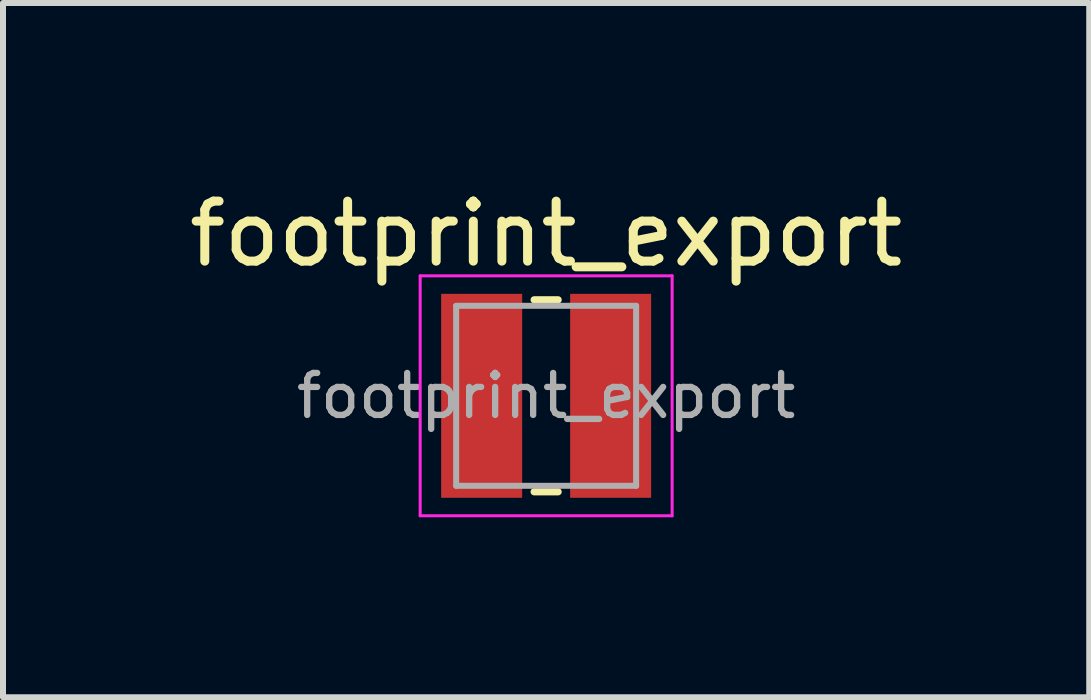
<source format=kicad_pcb>
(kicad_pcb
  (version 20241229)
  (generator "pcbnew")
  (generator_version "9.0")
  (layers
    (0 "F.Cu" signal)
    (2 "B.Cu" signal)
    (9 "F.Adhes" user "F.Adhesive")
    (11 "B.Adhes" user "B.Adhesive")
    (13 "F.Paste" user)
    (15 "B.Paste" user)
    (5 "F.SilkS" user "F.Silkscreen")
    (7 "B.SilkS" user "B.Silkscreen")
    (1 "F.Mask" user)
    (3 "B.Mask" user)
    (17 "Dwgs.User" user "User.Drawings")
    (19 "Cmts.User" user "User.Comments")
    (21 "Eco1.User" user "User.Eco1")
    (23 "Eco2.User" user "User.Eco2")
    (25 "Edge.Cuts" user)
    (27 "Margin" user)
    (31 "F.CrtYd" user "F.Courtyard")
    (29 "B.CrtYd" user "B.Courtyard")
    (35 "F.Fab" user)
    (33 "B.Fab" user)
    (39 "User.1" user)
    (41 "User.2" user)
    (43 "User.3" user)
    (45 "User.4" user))
  (footprint "footprint_export"
    (layer "F.Cu")
    (at 6.054 3.548)
    (property "Reference" "footprint_export" (at 0 -2.7 0) (layer "F.SilkS") (effects (font (size 1 1) (thickness 0.15))))
    (attr smd)
    (fp_line (start -0.2 -1.6) (end 0.2 -1.6) (stroke (width 0.12) (type solid)) (layer "F.SilkS"))
    (fp_line (start -0.2 1.6) (end 0.2 1.6) (stroke (width 0.12) (type solid)) (layer "F.SilkS"))
    (fp_line (start -2.1 -2) (end -2.1 2) (stroke (width 0.05) (type solid)) (layer "F.CrtYd"))
    (fp_line (start -2.1 2) (end 2.1 2) (stroke (width 0.05) (type solid)) (layer "F.CrtYd"))
    (fp_line (start 2.1 -2) (end -2.1 -2) (stroke (width 0.05) (type solid)) (layer "F.CrtYd"))
    (fp_line (start 2.1 2) (end 2.1 -2) (stroke (width 0.05) (type solid)) (layer "F.CrtYd"))
    (fp_line (start -1.5 -1.5) (end -1.5 1.5) (stroke (width 0.1) (type solid)) (layer "F.Fab"))
    (fp_line (start -1.5 1.5) (end 1.5 1.5) (stroke (width 0.1) (type solid)) (layer "F.Fab"))
    (fp_line (start 1.5 -1.5) (end -1.5 -1.5) (stroke (width 0.1) (type solid)) (layer "F.Fab"))
    (fp_line (start 1.5 1.5) (end 1.5 -1.5) (stroke (width 0.1) (type solid)) (layer "F.Fab"))
    (fp_text user "${REFERENCE}" (at 0 0 0) (layer "F.Fab") (effects (font (size 0.7 0.7) (thickness 0.105))))
    (pad "1" smd rect (at -1.075 0) (size 1.35 3.4) (layers "F.Cu" "F.Mask" "F.Paste"))
    (pad "2" smd rect (at 1.075 0) (size 1.35 3.4) (layers "F.Cu" "F.Mask" "F.Paste")))
  (gr_rect
    (start -3 -3)
    (end 15.107 8.573)
    (stroke (width 0.1) (type default))
    (fill no)
    (layer "Edge.Cuts")))
</source>
